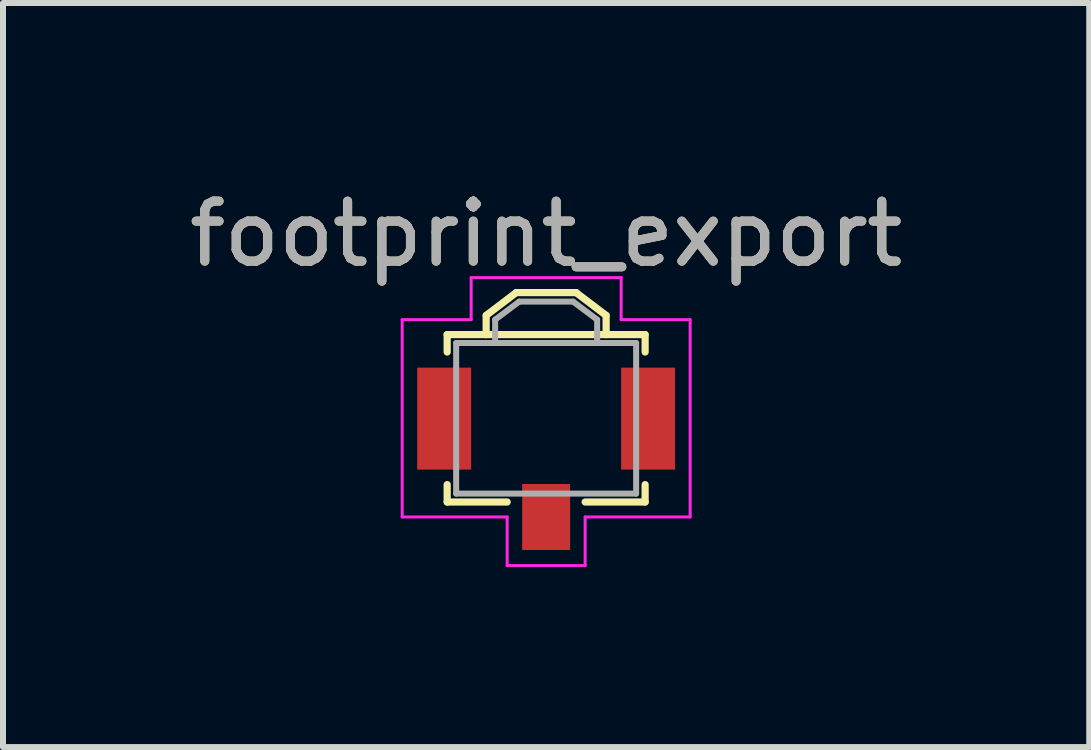
<source format=kicad_pcb>
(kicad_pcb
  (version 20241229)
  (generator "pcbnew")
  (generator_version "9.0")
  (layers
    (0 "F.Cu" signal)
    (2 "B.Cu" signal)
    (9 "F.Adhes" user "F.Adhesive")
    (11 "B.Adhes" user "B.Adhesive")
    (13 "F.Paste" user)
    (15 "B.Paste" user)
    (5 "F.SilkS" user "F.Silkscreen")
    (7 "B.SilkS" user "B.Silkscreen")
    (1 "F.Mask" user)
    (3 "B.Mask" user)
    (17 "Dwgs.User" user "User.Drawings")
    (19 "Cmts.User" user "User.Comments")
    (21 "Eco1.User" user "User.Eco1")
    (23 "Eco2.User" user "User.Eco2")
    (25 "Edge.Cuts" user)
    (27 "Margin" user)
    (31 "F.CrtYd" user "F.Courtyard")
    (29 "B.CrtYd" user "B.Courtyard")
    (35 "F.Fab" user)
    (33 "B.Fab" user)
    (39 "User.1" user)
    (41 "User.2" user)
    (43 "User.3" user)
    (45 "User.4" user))
  (footprint "footprint_export"
    (layer "F.Cu")
    (at 6.054 4.748)
    (property "Reference" "footprint_export" (at 0 -3.9 0) (layer "F.SilkS") (effects (font (size 1 1) (thickness 0.15))))
    (attr smd)
    (fp_line (start -1.65 -2.22) (end 1.65 -2.22) (stroke (width 0.12) (type solid)) (layer "F.SilkS"))
    (fp_line (start -1.65 -1.93) (end -1.65 -2.22) (stroke (width 0.12) (type solid)) (layer "F.SilkS"))
    (fp_line (start -1.65 0.28) (end -1.65 0.57) (stroke (width 0.12) (type solid)) (layer "F.SilkS"))
    (fp_line (start -1.65 0.57) (end -0.65 0.57) (stroke (width 0.12) (type solid)) (layer "F.SilkS"))
    (fp_line (start -1 -2.54) (end -1 -2.22) (stroke (width 0.12) (type solid)) (layer "F.SilkS"))
    (fp_line (start -0.5 -2.92) (end -1 -2.54) (stroke (width 0.12) (type solid)) (layer "F.SilkS"))
    (fp_line (start -0.5 -2.92) (end 0.5 -2.92) (stroke (width 0.12) (type solid)) (layer "F.SilkS"))
    (fp_line (start 0.5 -2.92) (end 1 -2.54) (stroke (width 0.12) (type solid)) (layer "F.SilkS"))
    (fp_line (start 1 -2.54) (end 1 -2.22) (stroke (width 0.12) (type solid)) (layer "F.SilkS"))
    (fp_line (start 1.65 -2.22) (end 1.65 -1.93) (stroke (width 0.12) (type solid)) (layer "F.SilkS"))
    (fp_line (start 1.65 0.57) (end 0.65 0.57) (stroke (width 0.12) (type solid)) (layer "F.SilkS"))
    (fp_line (start 1.65 0.57) (end 1.65 0.28) (stroke (width 0.12) (type solid)) (layer "F.SilkS"))
    (fp_line (start -2.4 -2.47) (end -2.4 0.82) (stroke (width 0.05) (type solid)) (layer "F.CrtYd"))
    (fp_line (start -2.4 0.82) (end -0.65 0.82) (stroke (width 0.05) (type solid)) (layer "F.CrtYd"))
    (fp_line (start -1.25 -3.17) (end 1.25 -3.17) (stroke (width 0.05) (type solid)) (layer "F.CrtYd"))
    (fp_line (start -1.25 -2.47) (end -2.4 -2.47) (stroke (width 0.05) (type solid)) (layer "F.CrtYd"))
    (fp_line (start -1.25 -2.47) (end -1.25 -3.17) (stroke (width 0.05) (type solid)) (layer "F.CrtYd"))
    (fp_line (start -0.65 0.82) (end -0.65 1.63) (stroke (width 0.05) (type solid)) (layer "F.CrtYd"))
    (fp_line (start -0.65 1.63) (end 0.65 1.63) (stroke (width 0.05) (type solid)) (layer "F.CrtYd"))
    (fp_line (start 0.65 0.82) (end 2.4 0.82) (stroke (width 0.05) (type solid)) (layer "F.CrtYd"))
    (fp_line (start 0.65 1.63) (end 0.65 0.82) (stroke (width 0.05) (type solid)) (layer "F.CrtYd"))
    (fp_line (start 1.25 -3.17) (end 1.25 -2.47) (stroke (width 0.05) (type solid)) (layer "F.CrtYd"))
    (fp_line (start 1.25 -2.47) (end 2.4 -2.47) (stroke (width 0.05) (type solid)) (layer "F.CrtYd"))
    (fp_line (start 2.4 0.82) (end 2.4 -2.47) (stroke (width 0.05) (type solid)) (layer "F.CrtYd"))
    (fp_line (start -1.5 -2.08) (end 1.5 -2.08) (stroke (width 0.1) (type solid)) (layer "F.Fab"))
    (fp_line (start -1.5 0.43) (end -1.5 -2.08) (stroke (width 0.1) (type solid)) (layer "F.Fab"))
    (fp_line (start -0.85 -2.47) (end -0.45 -2.77) (stroke (width 0.1) (type solid)) (layer "F.Fab"))
    (fp_line (start -0.85 -2.08) (end -0.85 -2.47) (stroke (width 0.1) (type solid)) (layer "F.Fab"))
    (fp_line (start -0.45 -2.77) (end 0.45 -2.77) (stroke (width 0.1) (type solid)) (layer "F.Fab"))
    (fp_line (start 0.45 -2.77) (end 0.85 -2.47) (stroke (width 0.1) (type solid)) (layer "F.Fab"))
    (fp_line (start 0.85 -2.47) (end 0.85 -2.08) (stroke (width 0.1) (type solid)) (layer "F.Fab"))
    (fp_line (start 1.5 -2.08) (end 1.5 0.43) (stroke (width 0.1) (type solid)) (layer "F.Fab"))
    (fp_line (start 1.5 0.43) (end -1.5 0.43) (stroke (width 0.1) (type solid)) (layer "F.Fab"))
    (fp_text user "${REFERENCE}" (at 0 -3.9 0) (layer "F.Fab") (effects (font (size 1 1) (thickness 0.15))))
    (pad "1" smd rect (at -1.7 -0.82) (size 0.9 1.7) (layers "F.Cu" "F.Mask" "F.Paste"))
    (pad "2" smd rect (at 1.7 -0.82) (size 0.9 1.7) (layers "F.Cu" "F.Mask" "F.Paste"))
    (pad "3" smd rect (at 0 0.82) (size 0.8 1.1) (layers "F.Cu" "F.Mask" "F.Paste")))
  (gr_rect
    (start -3 -3)
    (end 15.107 9.403)
    (stroke (width 0.1) (type default))
    (fill no)
    (layer "Edge.Cuts")))
</source>
